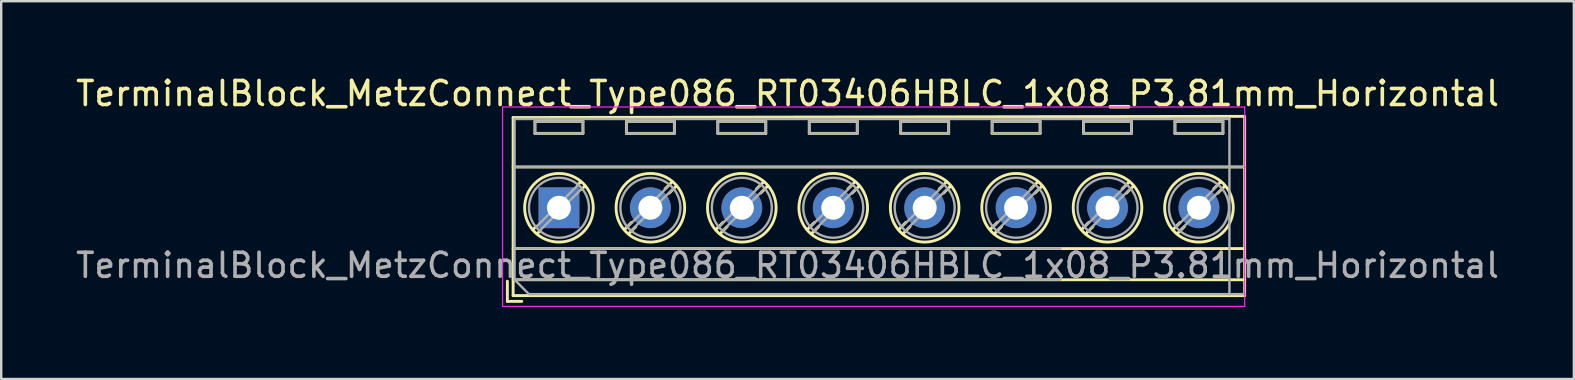
<source format=kicad_pcb>
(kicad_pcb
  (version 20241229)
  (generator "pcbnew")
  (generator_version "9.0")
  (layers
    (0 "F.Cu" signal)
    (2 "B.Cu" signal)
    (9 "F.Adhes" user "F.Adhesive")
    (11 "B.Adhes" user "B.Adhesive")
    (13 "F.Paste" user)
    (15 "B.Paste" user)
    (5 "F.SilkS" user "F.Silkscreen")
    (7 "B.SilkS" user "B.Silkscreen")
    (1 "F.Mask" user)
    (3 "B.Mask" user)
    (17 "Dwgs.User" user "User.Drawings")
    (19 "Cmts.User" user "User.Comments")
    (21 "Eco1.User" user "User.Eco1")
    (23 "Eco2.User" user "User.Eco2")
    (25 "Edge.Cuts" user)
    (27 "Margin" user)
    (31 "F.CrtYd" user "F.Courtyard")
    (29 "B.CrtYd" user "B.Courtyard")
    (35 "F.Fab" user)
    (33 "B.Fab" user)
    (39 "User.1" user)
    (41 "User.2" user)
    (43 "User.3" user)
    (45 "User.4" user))
  (footprint "TerminalBlock_MetzConnect_Type086_RT03406HBLC_1x08_P3.81mm_Horizontal"
    (layer "F.Cu")
    (at 20.243 5.608)
    (property "Reference" "TerminalBlock_MetzConnect_Type086_RT03406HBLC_1x08_P3.81mm_Horizontal" (at 9.525 -4.76 0) (layer "F.SilkS") (effects (font (size 1 1) (thickness 0.15))))
    (attr through_hole)
    (fp_line (start -2.15 3.06) (end -2.15 3.9) (stroke (width 0.12) (type solid)) (layer "F.SilkS"))
    (fp_line (start -2.15 3.9) (end -1.55 3.9) (stroke (width 0.12) (type solid)) (layer "F.SilkS"))
    (fp_line (start -1.91 -3.76) (end -1.91 3.66) (stroke (width 0.12) (type solid)) (layer "F.SilkS"))
    (fp_line (start -1.91 -3.76) (end 28.575 -3.81) (stroke (width 0.12) (type solid)) (layer "F.SilkS"))
    (fp_line (start -1.91 -1.7) (end 28.575 -1.7) (stroke (width 0.12) (type solid)) (layer "F.SilkS"))
    (fp_line (start -1.91 1.701) (end 28.575 1.701) (stroke (width 0.12) (type solid)) (layer "F.SilkS"))
    (fp_line (start -1.91 3) (end 28.575 3) (stroke (width 0.12) (type solid)) (layer "F.SilkS"))
    (fp_line (start -1.91 3.66) (end 28.575 3.66) (stroke (width 0.12) (type solid)) (layer "F.SilkS"))
    (fp_line (start -1 -3.6) (end -1 -3.1) (stroke (width 0.12) (type solid)) (layer "F.SilkS"))
    (fp_line (start -1 -3.6) (end 1 -3.6) (stroke (width 0.12) (type solid)) (layer "F.SilkS"))
    (fp_line (start -1 -3.1) (end 1 -3.1) (stroke (width 0.12) (type solid)) (layer "F.SilkS"))
    (fp_line (start -0.946 0.771) (end -1.085 0.91) (stroke (width 0.12) (type solid)) (layer "F.SilkS"))
    (fp_line (start -0.771 0.945) (end -0.911 1.085) (stroke (width 0.12) (type solid)) (layer "F.SilkS"))
    (fp_line (start 0.911 -1.085) (end 0.771 -0.945) (stroke (width 0.12) (type solid)) (layer "F.SilkS"))
    (fp_line (start 1 -3.6) (end 1 -3.1) (stroke (width 0.12) (type solid)) (layer "F.SilkS"))
    (fp_line (start 1.085 -0.91) (end 0.945 -0.771) (stroke (width 0.12) (type solid)) (layer "F.SilkS"))
    (fp_line (start 2.81 -3.6) (end 2.81 -3.1) (stroke (width 0.12) (type solid)) (layer "F.SilkS"))
    (fp_line (start 2.81 -3.6) (end 4.81 -3.6) (stroke (width 0.12) (type solid)) (layer "F.SilkS"))
    (fp_line (start 2.81 -3.1) (end 4.81 -3.1) (stroke (width 0.12) (type solid)) (layer "F.SilkS"))
    (fp_line (start 3.025 0.611) (end 2.726 0.91) (stroke (width 0.12) (type solid)) (layer "F.SilkS"))
    (fp_line (start 3.2 0.786) (end 2.9 1.085) (stroke (width 0.12) (type solid)) (layer "F.SilkS"))
    (fp_line (start 4.721 -1.085) (end 4.421 -0.786) (stroke (width 0.12) (type solid)) (layer "F.SilkS"))
    (fp_line (start 4.81 -3.6) (end 4.81 -3.1) (stroke (width 0.12) (type solid)) (layer "F.SilkS"))
    (fp_line (start 4.895 -0.91) (end 4.596 -0.611) (stroke (width 0.12) (type solid)) (layer "F.SilkS"))
    (fp_line (start 6.62 -3.6) (end 6.62 -3.1) (stroke (width 0.12) (type solid)) (layer "F.SilkS"))
    (fp_line (start 6.62 -3.6) (end 8.62 -3.6) (stroke (width 0.12) (type solid)) (layer "F.SilkS"))
    (fp_line (start 6.62 -3.1) (end 8.62 -3.1) (stroke (width 0.12) (type solid)) (layer "F.SilkS"))
    (fp_line (start 6.835 0.611) (end 6.536 0.91) (stroke (width 0.12) (type solid)) (layer "F.SilkS"))
    (fp_line (start 7.01 0.786) (end 6.71 1.085) (stroke (width 0.12) (type solid)) (layer "F.SilkS"))
    (fp_line (start 8.531 -1.085) (end 8.231 -0.786) (stroke (width 0.12) (type solid)) (layer "F.SilkS"))
    (fp_line (start 8.62 -3.6) (end 8.62 -3.1) (stroke (width 0.12) (type solid)) (layer "F.SilkS"))
    (fp_line (start 8.705 -0.91) (end 8.406 -0.611) (stroke (width 0.12) (type solid)) (layer "F.SilkS"))
    (fp_line (start 10.43 -3.6) (end 10.43 -3.1) (stroke (width 0.12) (type solid)) (layer "F.SilkS"))
    (fp_line (start 10.43 -3.6) (end 12.43 -3.6) (stroke (width 0.12) (type solid)) (layer "F.SilkS"))
    (fp_line (start 10.43 -3.1) (end 12.43 -3.1) (stroke (width 0.12) (type solid)) (layer "F.SilkS"))
    (fp_line (start 10.645 0.611) (end 10.346 0.91) (stroke (width 0.12) (type solid)) (layer "F.SilkS"))
    (fp_line (start 10.82 0.786) (end 10.52 1.085) (stroke (width 0.12) (type solid)) (layer "F.SilkS"))
    (fp_line (start 12.341 -1.085) (end 12.041 -0.786) (stroke (width 0.12) (type solid)) (layer "F.SilkS"))
    (fp_line (start 12.43 -3.6) (end 12.43 -3.1) (stroke (width 0.12) (type solid)) (layer "F.SilkS"))
    (fp_line (start 12.515 -0.91) (end 12.216 -0.611) (stroke (width 0.12) (type solid)) (layer "F.SilkS"))
    (fp_line (start 14.24 -3.6) (end 14.24 -3.1) (stroke (width 0.12) (type solid)) (layer "F.SilkS"))
    (fp_line (start 14.24 -3.6) (end 16.241 -3.6) (stroke (width 0.12) (type solid)) (layer "F.SilkS"))
    (fp_line (start 14.24 -3.1) (end 16.241 -3.1) (stroke (width 0.12) (type solid)) (layer "F.SilkS"))
    (fp_line (start 14.455 0.611) (end 14.156 0.91) (stroke (width 0.12) (type solid)) (layer "F.SilkS"))
    (fp_line (start 14.63 0.786) (end 14.33 1.085) (stroke (width 0.12) (type solid)) (layer "F.SilkS"))
    (fp_line (start 16.151 -1.085) (end 15.851 -0.786) (stroke (width 0.12) (type solid)) (layer "F.SilkS"))
    (fp_line (start 16.241 -3.6) (end 16.241 -3.1) (stroke (width 0.12) (type solid)) (layer "F.SilkS"))
    (fp_line (start 16.325 -0.91) (end 16.026 -0.611) (stroke (width 0.12) (type solid)) (layer "F.SilkS"))
    (fp_line (start 18.05 -3.6) (end 18.05 -3.1) (stroke (width 0.12) (type solid)) (layer "F.SilkS"))
    (fp_line (start 18.05 -3.6) (end 20.05 -3.6) (stroke (width 0.12) (type solid)) (layer "F.SilkS"))
    (fp_line (start 18.05 -3.1) (end 20.05 -3.1) (stroke (width 0.12) (type solid)) (layer "F.SilkS"))
    (fp_line (start 18.265 0.611) (end 17.966 0.91) (stroke (width 0.12) (type solid)) (layer "F.SilkS"))
    (fp_line (start 18.44 0.786) (end 18.14 1.085) (stroke (width 0.12) (type solid)) (layer "F.SilkS"))
    (fp_line (start 19.961 -1.085) (end 19.661 -0.786) (stroke (width 0.12) (type solid)) (layer "F.SilkS"))
    (fp_line (start 20.05 -3.6) (end 20.05 -3.1) (stroke (width 0.12) (type solid)) (layer "F.SilkS"))
    (fp_line (start 20.135 -0.91) (end 19.836 -0.611) (stroke (width 0.12) (type solid)) (layer "F.SilkS"))
    (fp_line (start 21.86 -3.6) (end 21.86 -3.1) (stroke (width 0.12) (type solid)) (layer "F.SilkS"))
    (fp_line (start 21.86 -3.6) (end 23.86 -3.6) (stroke (width 0.12) (type solid)) (layer "F.SilkS"))
    (fp_line (start 21.86 -3.1) (end 23.86 -3.1) (stroke (width 0.12) (type solid)) (layer "F.SilkS"))
    (fp_line (start 22.075 0.611) (end 21.776 0.91) (stroke (width 0.12) (type solid)) (layer "F.SilkS"))
    (fp_line (start 22.25 0.786) (end 21.95 1.085) (stroke (width 0.12) (type solid)) (layer "F.SilkS"))
    (fp_line (start 23.771 -1.085) (end 23.471 -0.786) (stroke (width 0.12) (type solid)) (layer "F.SilkS"))
    (fp_line (start 23.86 -3.6) (end 23.86 -3.1) (stroke (width 0.12) (type solid)) (layer "F.SilkS"))
    (fp_line (start 23.945 -0.91) (end 23.646 -0.611) (stroke (width 0.12) (type solid)) (layer "F.SilkS"))
    (fp_line (start 25.67 -3.6) (end 25.67 -3.1) (stroke (width 0.12) (type solid)) (layer "F.SilkS"))
    (fp_line (start 25.67 -3.6) (end 27.67 -3.6) (stroke (width 0.12) (type solid)) (layer "F.SilkS"))
    (fp_line (start 25.67 -3.1) (end 27.67 -3.1) (stroke (width 0.12) (type solid)) (layer "F.SilkS"))
    (fp_line (start 25.885 0.611) (end 25.586 0.91) (stroke (width 0.12) (type solid)) (layer "F.SilkS"))
    (fp_line (start 26.06 0.786) (end 25.76 1.085) (stroke (width 0.12) (type solid)) (layer "F.SilkS"))
    (fp_line (start 27.581 -1.085) (end 27.281 -0.786) (stroke (width 0.12) (type solid)) (layer "F.SilkS"))
    (fp_line (start 27.67 -3.6) (end 27.67 -3.1) (stroke (width 0.12) (type solid)) (layer "F.SilkS"))
    (fp_line (start 27.755 -0.91) (end 27.456 -0.611) (stroke (width 0.12) (type solid)) (layer "F.SilkS"))
    (fp_line (start 28.575 -3.76) (end 28.575 3.66) (stroke (width 0.12) (type solid)) (layer "F.SilkS"))
    (fp_circle (center 0 0) (end 1.43 0) (stroke (width 0.12) (type solid)) (fill no) (layer "F.SilkS"))
    (fp_circle (center 3.81 0) (end 5.24 0) (stroke (width 0.12) (type solid)) (fill no) (layer "F.SilkS"))
    (fp_circle (center 7.62 0) (end 9.05 0) (stroke (width 0.12) (type solid)) (fill no) (layer "F.SilkS"))
    (fp_circle (center 11.43 0) (end 12.86 0) (stroke (width 0.12) (type solid)) (fill no) (layer "F.SilkS"))
    (fp_circle (center 15.24 0) (end 16.67 0) (stroke (width 0.12) (type solid)) (fill no) (layer "F.SilkS"))
    (fp_circle (center 19.05 0) (end 20.48 0) (stroke (width 0.12) (type solid)) (fill no) (layer "F.SilkS"))
    (fp_circle (center 22.86 0) (end 24.29 0) (stroke (width 0.12) (type solid)) (fill no) (layer "F.SilkS"))
    (fp_circle (center 26.67 0) (end 28.1 0) (stroke (width 0.12) (type solid)) (fill no) (layer "F.SilkS"))
    (fp_line (start -2.35 -4.2) (end -2.35 4.11) (stroke (width 0.05) (type solid)) (layer "F.CrtYd"))
    (fp_line (start -2.35 4.11) (end 28.575 4.11) (stroke (width 0.05) (type solid)) (layer "F.CrtYd"))
    (fp_line (start 28.575 -4.2) (end -2.35 -4.2) (stroke (width 0.05) (type solid)) (layer "F.CrtYd"))
    (fp_line (start 28.575 4.11) (end 28.575 -4.2) (stroke (width 0.05) (type solid)) (layer "F.CrtYd"))
    (fp_line (start -1.85 -3.7) (end 27.94 -3.7) (stroke (width 0.1) (type solid)) (layer "F.Fab"))
    (fp_line (start -1.85 -1.7) (end 28.575 -1.7) (stroke (width 0.1) (type solid)) (layer "F.Fab"))
    (fp_line (start -1.85 1.7) (end 20.9 1.7) (stroke (width 0.1) (type solid)) (layer "F.Fab"))
    (fp_line (start -1.85 3) (end -1.85 -3.7) (stroke (width 0.1) (type solid)) (layer "F.Fab"))
    (fp_line (start -1.85 3) (end 20.9 3) (stroke (width 0.1) (type solid)) (layer "F.Fab"))
    (fp_line (start -1.25 3.6) (end -1.85 3) (stroke (width 0.1) (type solid)) (layer "F.Fab"))
    (fp_line (start -1 -3.6) (end -1 -3.1) (stroke (width 0.1) (type solid)) (layer "F.Fab"))
    (fp_line (start -1 -3.1) (end 1 -3.1) (stroke (width 0.1) (type solid)) (layer "F.Fab"))
    (fp_line (start 0.796 -0.948) (end -0.949 0.796) (stroke (width 0.1) (type solid)) (layer "F.Fab"))
    (fp_line (start 0.949 -0.796) (end -0.796 0.948) (stroke (width 0.1) (type solid)) (layer "F.Fab"))
    (fp_line (start 1 -3.6) (end -1 -3.6) (stroke (width 0.1) (type solid)) (layer "F.Fab"))
    (fp_line (start 1 -3.1) (end 1 -3.6) (stroke (width 0.1) (type solid)) (layer "F.Fab"))
    (fp_line (start 2.81 -3.6) (end 2.81 -3.1) (stroke (width 0.1) (type solid)) (layer "F.Fab"))
    (fp_line (start 2.81 -3.1) (end 4.81 -3.1) (stroke (width 0.1) (type solid)) (layer "F.Fab"))
    (fp_line (start 4.606 -0.948) (end 2.862 0.796) (stroke (width 0.1) (type solid)) (layer "F.Fab"))
    (fp_line (start 4.759 -0.796) (end 3.015 0.948) (stroke (width 0.1) (type solid)) (layer "F.Fab"))
    (fp_line (start 4.81 -3.6) (end 2.81 -3.6) (stroke (width 0.1) (type solid)) (layer "F.Fab"))
    (fp_line (start 4.81 -3.1) (end 4.81 -3.6) (stroke (width 0.1) (type solid)) (layer "F.Fab"))
    (fp_line (start 6.62 -3.6) (end 6.62 -3.1) (stroke (width 0.1) (type solid)) (layer "F.Fab"))
    (fp_line (start 6.62 -3.1) (end 8.62 -3.1) (stroke (width 0.1) (type solid)) (layer "F.Fab"))
    (fp_line (start 8.416 -0.948) (end 6.672 0.796) (stroke (width 0.1) (type solid)) (layer "F.Fab"))
    (fp_line (start 8.569 -0.796) (end 6.825 0.948) (stroke (width 0.1) (type solid)) (layer "F.Fab"))
    (fp_line (start 8.62 -3.6) (end 6.62 -3.6) (stroke (width 0.1) (type solid)) (layer "F.Fab"))
    (fp_line (start 8.62 -3.1) (end 8.62 -3.6) (stroke (width 0.1) (type solid)) (layer "F.Fab"))
    (fp_line (start 10.43 -3.6) (end 10.43 -3.1) (stroke (width 0.1) (type solid)) (layer "F.Fab"))
    (fp_line (start 10.43 -3.1) (end 12.43 -3.1) (stroke (width 0.1) (type solid)) (layer "F.Fab"))
    (fp_line (start 12.226 -0.948) (end 10.482 0.796) (stroke (width 0.1) (type solid)) (layer "F.Fab"))
    (fp_line (start 12.379 -0.796) (end 10.635 0.948) (stroke (width 0.1) (type solid)) (layer "F.Fab"))
    (fp_line (start 12.43 -3.6) (end 10.43 -3.6) (stroke (width 0.1) (type solid)) (layer "F.Fab"))
    (fp_line (start 12.43 -3.1) (end 12.43 -3.6) (stroke (width 0.1) (type solid)) (layer "F.Fab"))
    (fp_line (start 14.24 -3.6) (end 14.24 -3.1) (stroke (width 0.1) (type solid)) (layer "F.Fab"))
    (fp_line (start 14.24 -3.1) (end 16.24 -3.1) (stroke (width 0.1) (type solid)) (layer "F.Fab"))
    (fp_line (start 16.036 -0.948) (end 14.292 0.796) (stroke (width 0.1) (type solid)) (layer "F.Fab"))
    (fp_line (start 16.189 -0.796) (end 14.445 0.948) (stroke (width 0.1) (type solid)) (layer "F.Fab"))
    (fp_line (start 16.24 -3.6) (end 14.24 -3.6) (stroke (width 0.1) (type solid)) (layer "F.Fab"))
    (fp_line (start 16.24 -3.1) (end 16.24 -3.6) (stroke (width 0.1) (type solid)) (layer "F.Fab"))
    (fp_line (start 18.05 -3.6) (end 18.05 -3.1) (stroke (width 0.1) (type solid)) (layer "F.Fab"))
    (fp_line (start 18.05 -3.1) (end 20.05 -3.1) (stroke (width 0.1) (type solid)) (layer "F.Fab"))
    (fp_line (start 19.846 -0.948) (end 18.102 0.796) (stroke (width 0.1) (type solid)) (layer "F.Fab"))
    (fp_line (start 19.999 -0.796) (end 18.255 0.948) (stroke (width 0.1) (type solid)) (layer "F.Fab"))
    (fp_line (start 20.05 -3.6) (end 18.05 -3.6) (stroke (width 0.1) (type solid)) (layer "F.Fab"))
    (fp_line (start 20.05 -3.1) (end 20.05 -3.6) (stroke (width 0.1) (type solid)) (layer "F.Fab"))
    (fp_line (start 21.86 -3.6) (end 21.86 -3.1) (stroke (width 0.1) (type solid)) (layer "F.Fab"))
    (fp_line (start 21.86 -3.1) (end 23.86 -3.1) (stroke (width 0.1) (type solid)) (layer "F.Fab"))
    (fp_line (start 23.656 -0.948) (end 21.912 0.796) (stroke (width 0.1) (type solid)) (layer "F.Fab"))
    (fp_line (start 23.809 -0.796) (end 22.065 0.948) (stroke (width 0.1) (type solid)) (layer "F.Fab"))
    (fp_line (start 23.86 -3.6) (end 21.86 -3.6) (stroke (width 0.1) (type solid)) (layer "F.Fab"))
    (fp_line (start 23.86 -3.1) (end 23.86 -3.6) (stroke (width 0.1) (type solid)) (layer "F.Fab"))
    (fp_line (start 25.67 -3.6) (end 25.67 -3.1) (stroke (width 0.1) (type solid)) (layer "F.Fab"))
    (fp_line (start 25.67 -3.1) (end 27.67 -3.1) (stroke (width 0.1) (type solid)) (layer "F.Fab"))
    (fp_line (start 27.466 -0.948) (end 25.722 0.796) (stroke (width 0.1) (type solid)) (layer "F.Fab"))
    (fp_line (start 27.619 -0.796) (end 25.875 0.948) (stroke (width 0.1) (type solid)) (layer "F.Fab"))
    (fp_line (start 27.67 -3.6) (end 25.67 -3.6) (stroke (width 0.1) (type solid)) (layer "F.Fab"))
    (fp_line (start 27.67 -3.1) (end 27.67 -3.6) (stroke (width 0.1) (type solid)) (layer "F.Fab"))
    (fp_line (start 27.94 -3.7) (end 27.94 3.6) (stroke (width 0.1) (type solid)) (layer "F.Fab"))
    (fp_line (start 28.575 3.6) (end -1.25 3.6) (stroke (width 0.1) (type solid)) (layer "F.Fab"))
    (fp_circle (center 0 0) (end 1.25 0) (stroke (width 0.1) (type solid)) (fill no) (layer "F.Fab"))
    (fp_circle (center 3.81 0) (end 5.06 0) (stroke (width 0.1) (type solid)) (fill no) (layer "F.Fab"))
    (fp_circle (center 7.62 0) (end 8.87 0) (stroke (width 0.1) (type solid)) (fill no) (layer "F.Fab"))
    (fp_circle (center 11.43 0) (end 12.68 0) (stroke (width 0.1) (type solid)) (fill no) (layer "F.Fab"))
    (fp_circle (center 15.24 0) (end 16.49 0) (stroke (width 0.1) (type solid)) (fill no) (layer "F.Fab"))
    (fp_circle (center 19.05 0) (end 20.3 0) (stroke (width 0.1) (type solid)) (fill no) (layer "F.Fab"))
    (fp_circle (center 22.86 0) (end 24.11 0) (stroke (width 0.1) (type solid)) (fill no) (layer "F.Fab"))
    (fp_circle (center 26.67 0) (end 27.92 0) (stroke (width 0.1) (type solid)) (fill no) (layer "F.Fab"))
    (fp_text user "${REFERENCE}" (at 9.525 2.4 0) (layer "F.Fab") (effects (font (size 1 1) (thickness 0.15))))
    (pad "1" thru_hole rect (at 0 0) (size 1.7 1.7) (drill 1) (layers "*.Cu" "*.Mask"))
    (pad "2" thru_hole circle (at 3.81 0) (size 1.7 1.7) (drill 1) (layers "*.Cu" "*.Mask"))
    (pad "3" thru_hole circle (at 7.62 0) (size 1.7 1.7) (drill 1) (layers "*.Cu" "*.Mask"))
    (pad "4" thru_hole circle (at 11.43 0) (size 1.7 1.7) (drill 1) (layers "*.Cu" "*.Mask"))
    (pad "5" thru_hole circle (at 15.24 0) (size 1.7 1.7) (drill 1) (layers "*.Cu" "*.Mask"))
    (pad "6" thru_hole circle (at 19.05 0) (size 1.7 1.7) (drill 1) (layers "*.Cu" "*.Mask"))
    (pad "7" thru_hole circle (at 22.86 0) (size 1.7 1.7) (drill 1) (layers "*.Cu" "*.Mask"))
    (pad "8" thru_hole circle (at 26.67 0) (size 1.7 1.7) (drill 1) (layers "*.Cu" "*.Mask")))
  (gr_rect
    (start -3 -3)
    (end 62.536 12.743)
    (stroke (width 0.1) (type default))
    (fill no)
    (layer "Edge.Cuts")))
</source>
